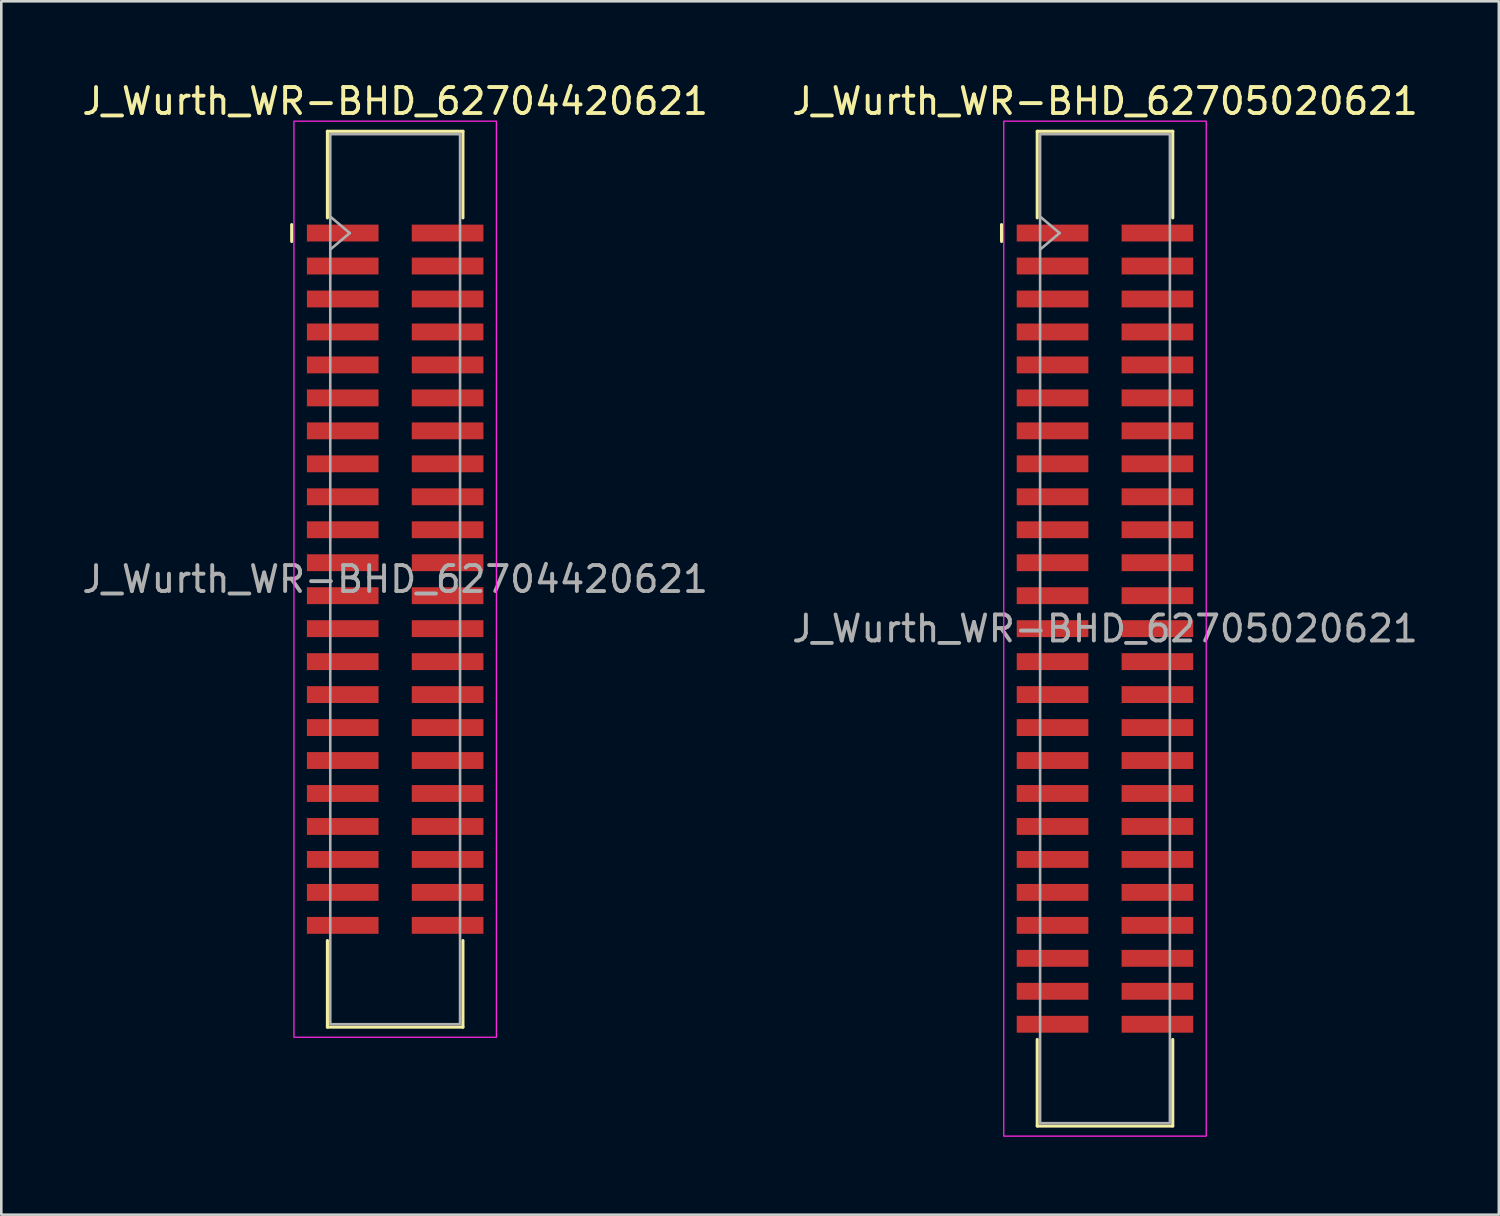
<source format=kicad_pcb>
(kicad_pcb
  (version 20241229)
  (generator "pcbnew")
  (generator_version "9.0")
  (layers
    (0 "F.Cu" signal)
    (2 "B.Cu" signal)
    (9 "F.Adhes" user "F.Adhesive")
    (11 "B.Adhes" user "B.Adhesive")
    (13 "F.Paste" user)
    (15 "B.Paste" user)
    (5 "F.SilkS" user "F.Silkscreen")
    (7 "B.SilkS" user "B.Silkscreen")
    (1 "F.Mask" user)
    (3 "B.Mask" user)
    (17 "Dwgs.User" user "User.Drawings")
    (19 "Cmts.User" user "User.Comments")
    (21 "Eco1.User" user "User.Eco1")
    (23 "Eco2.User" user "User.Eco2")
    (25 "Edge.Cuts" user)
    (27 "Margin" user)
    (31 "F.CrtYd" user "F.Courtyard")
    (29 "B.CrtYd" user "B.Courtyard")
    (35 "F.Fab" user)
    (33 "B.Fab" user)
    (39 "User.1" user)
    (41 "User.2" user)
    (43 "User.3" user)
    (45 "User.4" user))
  (footprint "J_Wurth_WR-BHD_62704420621"
    (layer "F.Cu")
    (at 12.173 19.263)
    (property "Reference" "J_Wurth_WR-BHD_62704420621" (at 0 -18.415 0) (unlocked yes) (layer "F.SilkS") (effects (font (size 1 1) (thickness 0.15))))
    (attr smd)
    (fp_line (start -3.985 -13.66) (end -3.985 -13.01) (stroke (width 0.12) (type solid)) (layer "F.SilkS"))
    (fp_line (start -2.61 -17.255) (end 2.61 -17.255) (stroke (width 0.12) (type default)) (layer "F.SilkS"))
    (fp_line (start -2.61 -13.92) (end -2.61 -17.255) (stroke (width 0.12) (type solid)) (layer "F.SilkS"))
    (fp_line (start -2.61 17.255) (end -2.61 13.92) (stroke (width 0.12) (type solid)) (layer "F.SilkS"))
    (fp_line (start 2.61 -13.92) (end 2.61 -17.255) (stroke (width 0.12) (type solid)) (layer "F.SilkS"))
    (fp_line (start 2.61 13.92) (end 2.61 17.255) (stroke (width 0.12) (type solid)) (layer "F.SilkS"))
    (fp_line (start 2.61 17.255) (end -2.61 17.255) (stroke (width 0.12) (type default)) (layer "F.SilkS"))
    (fp_rect (start -3.9 -17.645) (end 3.9 17.645) (stroke (width 0.05) (type solid)) (fill no) (layer "F.CrtYd"))
    (fp_line (start -1.75 -13.335) (end -2.5 -13.97) (stroke (width 0.1) (type solid)) (layer "F.Fab"))
    (fp_line (start -1.75 -13.335) (end -2.5 -12.7) (stroke (width 0.1) (type solid)) (layer "F.Fab"))
    (fp_rect (start -2.5 -17.145) (end 2.5 17.145) (stroke (width 0.1) (type solid)) (fill no) (layer "F.Fab"))
    (fp_text user "${REFERENCE}" (at 0 0 0) (unlocked yes) (layer "F.Fab") (effects (font (size 1 1) (thickness 0.15))))
    (pad "1" smd rect (at -2.02 -13.335 270) (size 0.65 2.76) (layers "F.Cu" "F.Mask" "F.Paste"))
    (pad "2" smd rect (at 2.02 -13.335 270) (size 0.65 2.76) (layers "F.Cu" "F.Mask" "F.Paste"))
    (pad "3" smd rect (at -2.02 -12.065 270) (size 0.65 2.76) (layers "F.Cu" "F.Mask" "F.Paste"))
    (pad "4" smd rect (at 2.02 -12.065 270) (size 0.65 2.76) (layers "F.Cu" "F.Mask" "F.Paste"))
    (pad "5" smd rect (at -2.02 -10.795 270) (size 0.65 2.76) (layers "F.Cu" "F.Mask" "F.Paste"))
    (pad "6" smd rect (at 2.02 -10.795 270) (size 0.65 2.76) (layers "F.Cu" "F.Mask" "F.Paste"))
    (pad "7" smd rect (at -2.02 -9.525 270) (size 0.65 2.76) (layers "F.Cu" "F.Mask" "F.Paste"))
    (pad "8" smd rect (at 2.02 -9.525 270) (size 0.65 2.76) (layers "F.Cu" "F.Mask" "F.Paste"))
    (pad "9" smd rect (at -2.02 -8.255 270) (size 0.65 2.76) (layers "F.Cu" "F.Mask" "F.Paste"))
    (pad "10" smd rect (at 2.02 -8.255 270) (size 0.65 2.76) (layers "F.Cu" "F.Mask" "F.Paste"))
    (pad "11" smd rect (at -2.02 -6.985 270) (size 0.65 2.76) (layers "F.Cu" "F.Mask" "F.Paste"))
    (pad "12" smd rect (at 2.02 -6.985 270) (size 0.65 2.76) (layers "F.Cu" "F.Mask" "F.Paste"))
    (pad "13" smd rect (at -2.02 -5.715 270) (size 0.65 2.76) (layers "F.Cu" "F.Mask" "F.Paste"))
    (pad "14" smd rect (at 2.02 -5.715 270) (size 0.65 2.76) (layers "F.Cu" "F.Mask" "F.Paste"))
    (pad "15" smd rect (at -2.02 -4.445 270) (size 0.65 2.76) (layers "F.Cu" "F.Mask" "F.Paste"))
    (pad "16" smd rect (at 2.02 -4.445 270) (size 0.65 2.76) (layers "F.Cu" "F.Mask" "F.Paste"))
    (pad "17" smd rect (at -2.02 -3.175 270) (size 0.65 2.76) (layers "F.Cu" "F.Mask" "F.Paste"))
    (pad "18" smd rect (at 2.02 -3.175 270) (size 0.65 2.76) (layers "F.Cu" "F.Mask" "F.Paste"))
    (pad "19" smd rect (at -2.02 -1.905 270) (size 0.65 2.76) (layers "F.Cu" "F.Mask" "F.Paste"))
    (pad "20" smd rect (at 2.02 -1.905 270) (size 0.65 2.76) (layers "F.Cu" "F.Mask" "F.Paste"))
    (pad "21" smd rect (at -2.02 -0.635 270) (size 0.65 2.76) (layers "F.Cu" "F.Mask" "F.Paste"))
    (pad "22" smd rect (at 2.02 -0.635 270) (size 0.65 2.76) (layers "F.Cu" "F.Mask" "F.Paste"))
    (pad "23" smd rect (at -2.02 0.635 270) (size 0.65 2.76) (layers "F.Cu" "F.Mask" "F.Paste"))
    (pad "24" smd rect (at 2.02 0.635 270) (size 0.65 2.76) (layers "F.Cu" "F.Mask" "F.Paste"))
    (pad "25" smd rect (at -2.02 1.905 270) (size 0.65 2.76) (layers "F.Cu" "F.Mask" "F.Paste"))
    (pad "26" smd rect (at 2.02 1.905 270) (size 0.65 2.76) (layers "F.Cu" "F.Mask" "F.Paste"))
    (pad "27" smd rect (at -2.02 3.175 270) (size 0.65 2.76) (layers "F.Cu" "F.Mask" "F.Paste"))
    (pad "28" smd rect (at 2.02 3.175 270) (size 0.65 2.76) (layers "F.Cu" "F.Mask" "F.Paste"))
    (pad "29" smd rect (at -2.02 4.445 270) (size 0.65 2.76) (layers "F.Cu" "F.Mask" "F.Paste"))
    (pad "30" smd rect (at 2.02 4.445 270) (size 0.65 2.76) (layers "F.Cu" "F.Mask" "F.Paste"))
    (pad "31" smd rect (at -2.02 5.715 270) (size 0.65 2.76) (layers "F.Cu" "F.Mask" "F.Paste"))
    (pad "32" smd rect (at 2.02 5.715 270) (size 0.65 2.76) (layers "F.Cu" "F.Mask" "F.Paste"))
    (pad "33" smd rect (at -2.02 6.985 270) (size 0.65 2.76) (layers "F.Cu" "F.Mask" "F.Paste"))
    (pad "34" smd rect (at 2.02 6.985 270) (size 0.65 2.76) (layers "F.Cu" "F.Mask" "F.Paste"))
    (pad "35" smd rect (at -2.02 8.255 270) (size 0.65 2.76) (layers "F.Cu" "F.Mask" "F.Paste"))
    (pad "36" smd rect (at 2.02 8.255 270) (size 0.65 2.76) (layers "F.Cu" "F.Mask" "F.Paste"))
    (pad "37" smd rect (at -2.02 9.525 270) (size 0.65 2.76) (layers "F.Cu" "F.Mask" "F.Paste"))
    (pad "38" smd rect (at 2.02 9.525 270) (size 0.65 2.76) (layers "F.Cu" "F.Mask" "F.Paste"))
    (pad "39" smd rect (at -2.02 10.795 270) (size 0.65 2.76) (layers "F.Cu" "F.Mask" "F.Paste"))
    (pad "40" smd rect (at 2.02 10.795 270) (size 0.65 2.76) (layers "F.Cu" "F.Mask" "F.Paste"))
    (pad "41" smd rect (at -2.02 12.065 270) (size 0.65 2.76) (layers "F.Cu" "F.Mask" "F.Paste"))
    (pad "42" smd rect (at 2.02 12.065 270) (size 0.65 2.76) (layers "F.Cu" "F.Mask" "F.Paste"))
    (pad "43" smd rect (at -2.02 13.335 270) (size 0.65 2.76) (layers "F.Cu" "F.Mask" "F.Paste"))
    (pad "44" smd rect (at 2.02 13.335 270) (size 0.65 2.76) (layers "F.Cu" "F.Mask" "F.Paste")))
  (footprint "J_Wurth_WR-BHD_62705020621"
    (layer "F.Cu")
    (at 39.518 21.168)
    (property "Reference" "J_Wurth_WR-BHD_62705020621" (at 0 -20.32 0) (unlocked yes) (layer "F.SilkS") (effects (font (size 1 1) (thickness 0.15))))
    (attr smd)
    (fp_line (start -3.985 -15.565) (end -3.985 -14.915) (stroke (width 0.12) (type solid)) (layer "F.SilkS"))
    (fp_line (start -2.61 -19.16) (end 2.61 -19.16) (stroke (width 0.12) (type default)) (layer "F.SilkS"))
    (fp_line (start -2.61 -15.825) (end -2.61 -19.16) (stroke (width 0.12) (type solid)) (layer "F.SilkS"))
    (fp_line (start -2.61 19.16) (end -2.61 15.825) (stroke (width 0.12) (type solid)) (layer "F.SilkS"))
    (fp_line (start 2.61 -15.825) (end 2.61 -19.16) (stroke (width 0.12) (type solid)) (layer "F.SilkS"))
    (fp_line (start 2.61 15.825) (end 2.61 19.16) (stroke (width 0.12) (type solid)) (layer "F.SilkS"))
    (fp_line (start 2.61 19.16) (end -2.61 19.16) (stroke (width 0.12) (type default)) (layer "F.SilkS"))
    (fp_rect (start -3.9 -19.55) (end 3.9 19.55) (stroke (width 0.05) (type solid)) (fill no) (layer "F.CrtYd"))
    (fp_line (start -1.75 -15.24) (end -2.5 -15.875) (stroke (width 0.1) (type solid)) (layer "F.Fab"))
    (fp_line (start -1.75 -15.24) (end -2.5 -14.605) (stroke (width 0.1) (type solid)) (layer "F.Fab"))
    (fp_rect (start -2.5 -19.05) (end 2.5 19.05) (stroke (width 0.1) (type solid)) (fill no) (layer "F.Fab"))
    (fp_text user "${REFERENCE}" (at 0 0 0) (unlocked yes) (layer "F.Fab") (effects (font (size 1 1) (thickness 0.15))))
    (pad "1" smd rect (at -2.02 -15.24 270) (size 0.65 2.76) (layers "F.Cu" "F.Mask" "F.Paste"))
    (pad "2" smd rect (at 2.02 -15.24 270) (size 0.65 2.76) (layers "F.Cu" "F.Mask" "F.Paste"))
    (pad "3" smd rect (at -2.02 -13.97 270) (size 0.65 2.76) (layers "F.Cu" "F.Mask" "F.Paste"))
    (pad "4" smd rect (at 2.02 -13.97 270) (size 0.65 2.76) (layers "F.Cu" "F.Mask" "F.Paste"))
    (pad "5" smd rect (at -2.02 -12.7 270) (size 0.65 2.76) (layers "F.Cu" "F.Mask" "F.Paste"))
    (pad "6" smd rect (at 2.02 -12.7 270) (size 0.65 2.76) (layers "F.Cu" "F.Mask" "F.Paste"))
    (pad "7" smd rect (at -2.02 -11.43 270) (size 0.65 2.76) (layers "F.Cu" "F.Mask" "F.Paste"))
    (pad "8" smd rect (at 2.02 -11.43 270) (size 0.65 2.76) (layers "F.Cu" "F.Mask" "F.Paste"))
    (pad "9" smd rect (at -2.02 -10.16 270) (size 0.65 2.76) (layers "F.Cu" "F.Mask" "F.Paste"))
    (pad "10" smd rect (at 2.02 -10.16 270) (size 0.65 2.76) (layers "F.Cu" "F.Mask" "F.Paste"))
    (pad "11" smd rect (at -2.02 -8.89 270) (size 0.65 2.76) (layers "F.Cu" "F.Mask" "F.Paste"))
    (pad "12" smd rect (at 2.02 -8.89 270) (size 0.65 2.76) (layers "F.Cu" "F.Mask" "F.Paste"))
    (pad "13" smd rect (at -2.02 -7.62 270) (size 0.65 2.76) (layers "F.Cu" "F.Mask" "F.Paste"))
    (pad "14" smd rect (at 2.02 -7.62 270) (size 0.65 2.76) (layers "F.Cu" "F.Mask" "F.Paste"))
    (pad "15" smd rect (at -2.02 -6.35 270) (size 0.65 2.76) (layers "F.Cu" "F.Mask" "F.Paste"))
    (pad "16" smd rect (at 2.02 -6.35 270) (size 0.65 2.76) (layers "F.Cu" "F.Mask" "F.Paste"))
    (pad "17" smd rect (at -2.02 -5.08 270) (size 0.65 2.76) (layers "F.Cu" "F.Mask" "F.Paste"))
    (pad "18" smd rect (at 2.02 -5.08 270) (size 0.65 2.76) (layers "F.Cu" "F.Mask" "F.Paste"))
    (pad "19" smd rect (at -2.02 -3.81 270) (size 0.65 2.76) (layers "F.Cu" "F.Mask" "F.Paste"))
    (pad "20" smd rect (at 2.02 -3.81 270) (size 0.65 2.76) (layers "F.Cu" "F.Mask" "F.Paste"))
    (pad "21" smd rect (at -2.02 -2.54 270) (size 0.65 2.76) (layers "F.Cu" "F.Mask" "F.Paste"))
    (pad "22" smd rect (at 2.02 -2.54 270) (size 0.65 2.76) (layers "F.Cu" "F.Mask" "F.Paste"))
    (pad "23" smd rect (at -2.02 -1.27 270) (size 0.65 2.76) (layers "F.Cu" "F.Mask" "F.Paste"))
    (pad "24" smd rect (at 2.02 -1.27 270) (size 0.65 2.76) (layers "F.Cu" "F.Mask" "F.Paste"))
    (pad "25" smd rect (at -2.02 0 270) (size 0.65 2.76) (layers "F.Cu" "F.Mask" "F.Paste"))
    (pad "26" smd rect (at 2.02 0 270) (size 0.65 2.76) (layers "F.Cu" "F.Mask" "F.Paste"))
    (pad "27" smd rect (at -2.02 1.27 270) (size 0.65 2.76) (layers "F.Cu" "F.Mask" "F.Paste"))
    (pad "28" smd rect (at 2.02 1.27 270) (size 0.65 2.76) (layers "F.Cu" "F.Mask" "F.Paste"))
    (pad "29" smd rect (at -2.02 2.54 270) (size 0.65 2.76) (layers "F.Cu" "F.Mask" "F.Paste"))
    (pad "30" smd rect (at 2.02 2.54 270) (size 0.65 2.76) (layers "F.Cu" "F.Mask" "F.Paste"))
    (pad "31" smd rect (at -2.02 3.81 270) (size 0.65 2.76) (layers "F.Cu" "F.Mask" "F.Paste"))
    (pad "32" smd rect (at 2.02 3.81 270) (size 0.65 2.76) (layers "F.Cu" "F.Mask" "F.Paste"))
    (pad "33" smd rect (at -2.02 5.08 270) (size 0.65 2.76) (layers "F.Cu" "F.Mask" "F.Paste"))
    (pad "34" smd rect (at 2.02 5.08 270) (size 0.65 2.76) (layers "F.Cu" "F.Mask" "F.Paste"))
    (pad "35" smd rect (at -2.02 6.35 270) (size 0.65 2.76) (layers "F.Cu" "F.Mask" "F.Paste"))
    (pad "36" smd rect (at 2.02 6.35 270) (size 0.65 2.76) (layers "F.Cu" "F.Mask" "F.Paste"))
    (pad "37" smd rect (at -2.02 7.62 270) (size 0.65 2.76) (layers "F.Cu" "F.Mask" "F.Paste"))
    (pad "38" smd rect (at 2.02 7.62 270) (size 0.65 2.76) (layers "F.Cu" "F.Mask" "F.Paste"))
    (pad "39" smd rect (at -2.02 8.89 270) (size 0.65 2.76) (layers "F.Cu" "F.Mask" "F.Paste"))
    (pad "40" smd rect (at 2.02 8.89 270) (size 0.65 2.76) (layers "F.Cu" "F.Mask" "F.Paste"))
    (pad "41" smd rect (at -2.02 10.16 270) (size 0.65 2.76) (layers "F.Cu" "F.Mask" "F.Paste"))
    (pad "42" smd rect (at 2.02 10.16 270) (size 0.65 2.76) (layers "F.Cu" "F.Mask" "F.Paste"))
    (pad "43" smd rect (at -2.02 11.43 270) (size 0.65 2.76) (layers "F.Cu" "F.Mask" "F.Paste"))
    (pad "44" smd rect (at 2.02 11.43 270) (size 0.65 2.76) (layers "F.Cu" "F.Mask" "F.Paste"))
    (pad "45" smd rect (at -2.02 12.7 270) (size 0.65 2.76) (layers "F.Cu" "F.Mask" "F.Paste"))
    (pad "46" smd rect (at 2.02 12.7 270) (size 0.65 2.76) (layers "F.Cu" "F.Mask" "F.Paste"))
    (pad "47" smd rect (at -2.02 13.97 270) (size 0.65 2.76) (layers "F.Cu" "F.Mask" "F.Paste"))
    (pad "48" smd rect (at 2.02 13.97 270) (size 0.65 2.76) (layers "F.Cu" "F.Mask" "F.Paste"))
    (pad "49" smd rect (at -2.02 15.24 270) (size 0.65 2.76) (layers "F.Cu" "F.Mask" "F.Paste"))
    (pad "50" smd rect (at 2.02 15.24 270) (size 0.65 2.76) (layers "F.Cu" "F.Mask" "F.Paste")))
  (gr_rect
    (start -3 -3)
    (end 54.69 43.743)
    (stroke (width 0.1) (type default))
    (fill no)
    (layer "Edge.Cuts")))
</source>
